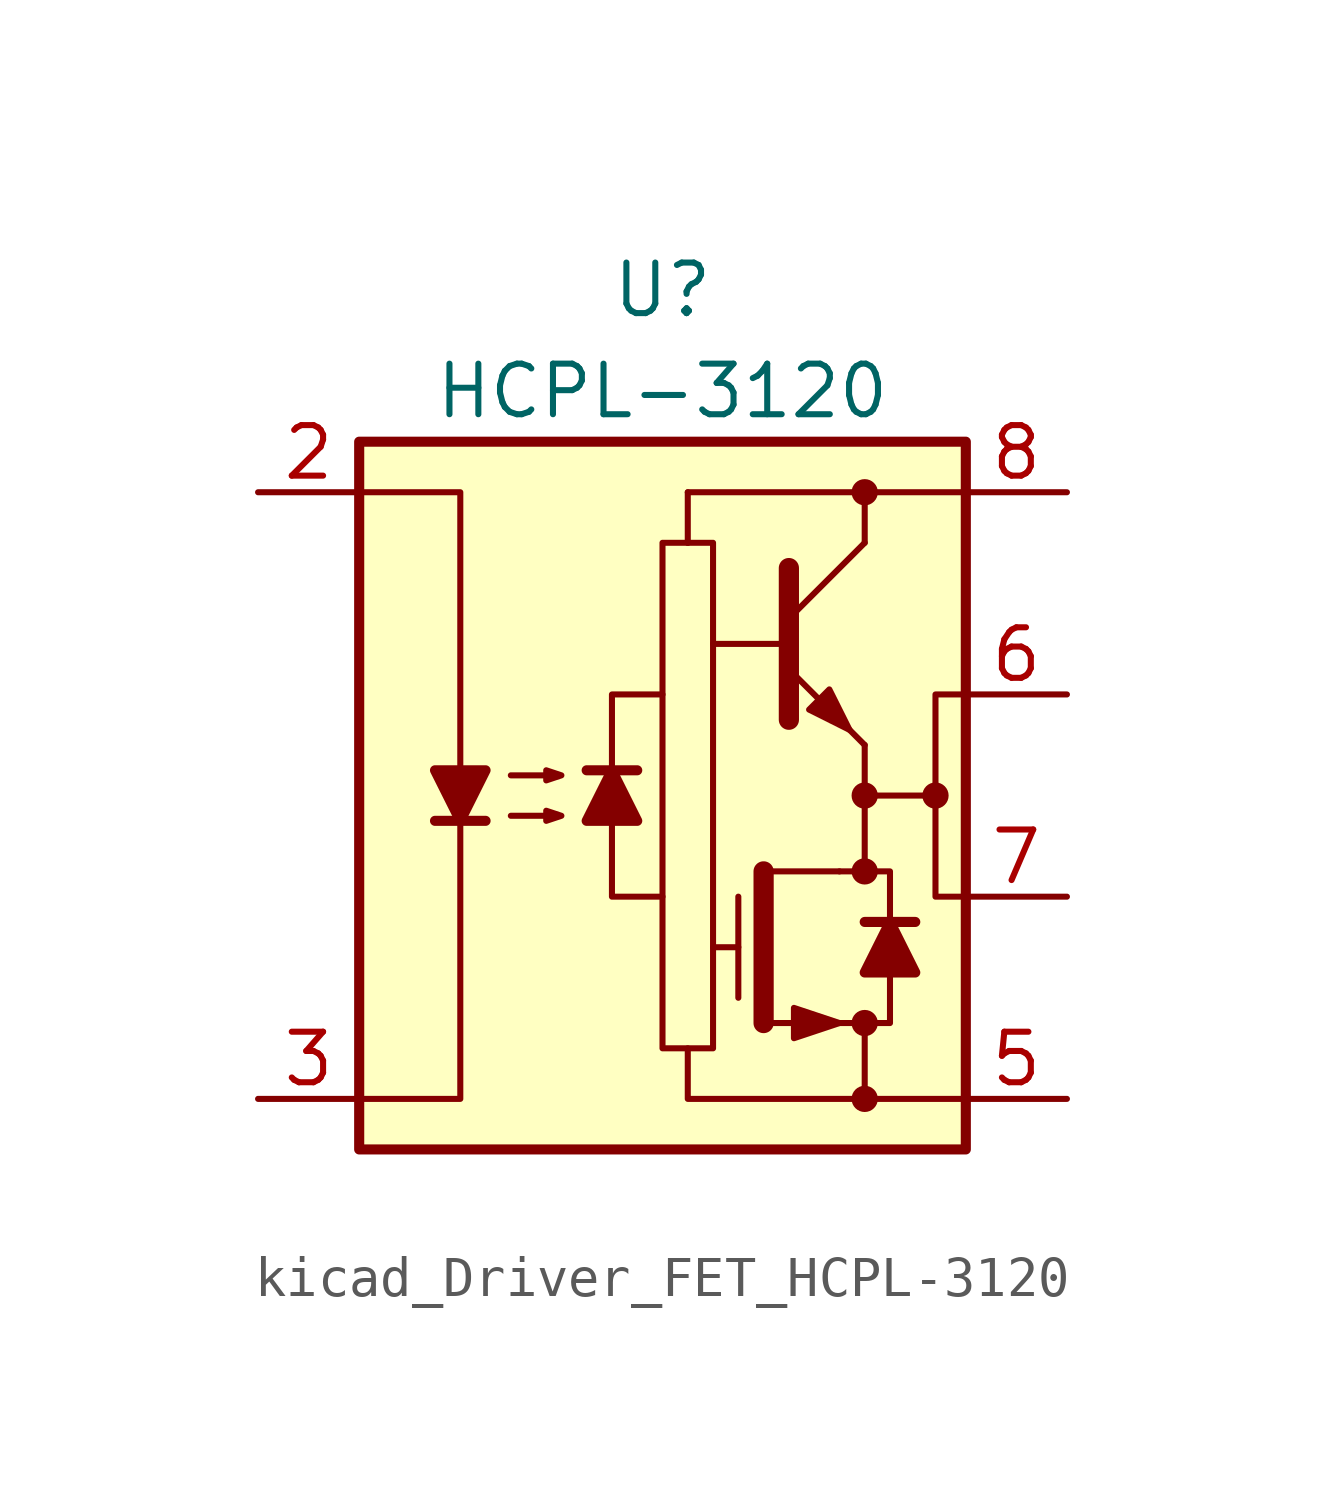
<source format=kicad_sym>
(kicad_symbol_lib
  (version 20220914)
  (generator kicad_symbol_editor)
  (symbol "kicad_Driver_FET_HCPL-3120"
    (pin_names hide)
    (property "Reference" "U"
      (at 0 12.7 0)
      (effects (font (size 1.27 1.27))))
    (property "Value" "HCPL-3120"
      (at 0 10.16 0)
      (effects (font (size 1.27 1.27))))
    (symbol "kicad_Driver_FET_HCPL-3120_0_1"
      (rectangle (start -7.62 8.89) (end 7.62 -8.89) (stroke (width 0.254) (type default)) (fill (type background)))
      (polyline (pts (xy -5.715 -0.635) (xy -4.445 -0.635)) (stroke (width 0.254) (type default)) (fill (type none)))
      (polyline (pts (xy -0.635 0.635) (xy -1.905 0.635)) (stroke (width 0.254) (type default)) (fill (type none)))
      (polyline (pts (xy 1.27 -3.81) (xy 1.905 -3.81)) (stroke (width 0) (type default)) (fill (type none)))
      (polyline (pts (xy 1.905 -5.08) (xy 1.905 -2.54)) (stroke (width 0) (type default)) (fill (type none)))
      (polyline (pts (xy 2.54 -5.715) (xy 2.54 -1.905)) (stroke (width 0.508) (type default)) (fill (type none)))
      (polyline (pts (xy 3.048 3.81) (xy 1.27 3.81)) (stroke (width 0) (type default)) (fill (type none)))
      (polyline (pts (xy 3.175 4.445) (xy 5.08 6.35)) (stroke (width 0) (type default)) (fill (type none)))
      (polyline (pts (xy 4.445 -1.905) (xy 2.54 -1.905)) (stroke (width 0) (type default)) (fill (type none)))
      (polyline (pts (xy 5.08 -5.715) (xy 5.08 -7.62)) (stroke (width 0) (type default)) (fill (type none)))
      (polyline (pts (xy 5.08 0) (xy 6.858 0)) (stroke (width 0) (type default)) (fill (type none)))
      (polyline (pts (xy 5.08 1.27) (xy 3.175 3.175)) (stroke (width 0) (type default)) (fill (type outline)))
      (polyline (pts (xy 5.08 1.27) (xy 5.08 -1.905)) (stroke (width 0) (type default)) (fill (type none)))
      (polyline (pts (xy 5.08 6.35) (xy 5.08 7.62)) (stroke (width 0) (type default)) (fill (type none)))
      (polyline (pts (xy 6.35 -3.175) (xy 5.08 -3.175)) (stroke (width 0.254) (type default)) (fill (type none)))
      (polyline (pts (xy 7.62 7.62) (xy 0.635 7.62)) (stroke (width 0) (type default)) (fill (type none)))
      (polyline (pts (xy -1.27 -0.635) (xy -1.27 -2.54) (xy 0 -2.54)) (stroke (width 0) (type default)) (fill (type none)))
      (polyline (pts (xy -1.27 0.635) (xy -1.27 2.54) (xy 0 2.54)) (stroke (width 0) (type default)) (fill (type none)))
      (polyline (pts (xy 0.635 -6.35) (xy 0.635 -7.62) (xy 7.62 -7.62)) (stroke (width 0) (type default)) (fill (type none)))
      (polyline (pts (xy 3.175 5.715) (xy 3.175 1.905) (xy 3.175 1.905)) (stroke (width 0.508) (type default)) (fill (type none)))
      (polyline (pts (xy 4.445 -1.905) (xy 5.715 -1.905) (xy 5.715 -3.175)) (stroke (width 0) (type default)) (fill (type none)))
      (polyline (pts (xy 5.715 -4.445) (xy 5.715 -5.715) (xy 2.54 -5.715)) (stroke (width 0) (type default)) (fill (type none)))
      (polyline (pts (xy -7.62 7.62) (xy -5.08 7.62) (xy -5.08 -7.62) (xy -7.62 -7.62)) (stroke (width 0) (type default)) (fill (type none)))
      (polyline (pts (xy -5.08 -0.635) (xy -5.715 0.635) (xy -4.445 0.635) (xy -5.08 -0.635)) (stroke (width 0.254) (type default)) (fill (type outline)))
      (polyline (pts (xy -1.27 0.635) (xy -0.635 -0.635) (xy -1.905 -0.635) (xy -1.27 0.635)) (stroke (width 0.254) (type default)) (fill (type outline)))
      (polyline (pts (xy 4.445 -5.715) (xy 3.302 -5.334) (xy 3.302 -6.096) (xy 4.445 -5.715)) (stroke (width 0) (type default)) (fill (type outline)))
      (polyline (pts (xy 5.715 -3.175) (xy 6.35 -4.445) (xy 5.08 -4.445) (xy 5.715 -3.175)) (stroke (width 0.254) (type default)) (fill (type outline)))
      (polyline (pts (xy 7.62 2.54) (xy 6.858 2.54) (xy 6.858 -2.54) (xy 7.62 -2.54)) (stroke (width 0) (type default)) (fill (type none)))
      (polyline (pts (xy -3.81 -0.508) (xy -2.54 -0.508) (xy -2.921 -0.635) (xy -2.921 -0.381) (xy -2.54 -0.508)) (stroke (width 0) (type default)) (fill (type none)))
      (polyline (pts (xy -3.81 0.508) (xy -2.54 0.508) (xy -2.921 0.381) (xy -2.921 0.635) (xy -2.54 0.508)) (stroke (width 0) (type default)) (fill (type none)))
      (polyline (pts (xy 1.27 6.35) (xy 1.27 -6.35) (xy 0 -6.35) (xy 0 6.35) (xy 1.27 6.35)) (stroke (width 0) (type default)) (fill (type none)))
      (polyline (pts (xy 3.683 2.159) (xy 4.191 2.667) (xy 4.699 1.651) (xy 3.683 2.159) (xy 3.683 2.159)) (stroke (width 0) (type default)) (fill (type outline)))
      (rectangle (start 0.635 6.35) (end 0.635 6.35) (stroke (width 0) (type default)) (fill (type none)))
      (rectangle (start 0.635 6.35) (end 0.635 7.62) (stroke (width 0) (type default)) (fill (type none)))
      (circle (center 5.08 -7.62) (radius 0.254) (stroke (width 0) (type default)) (fill (type outline)))
      (circle (center 5.08 -5.715) (radius 0.254) (stroke (width 0) (type default)) (fill (type outline)))
      (circle (center 5.08 -1.905) (radius 0.254) (stroke (width 0) (type default)) (fill (type outline)))
      (circle (center 5.08 0) (radius 0.254) (stroke (width 0) (type default)) (fill (type outline)))
      (circle (center 5.08 7.62) (radius 0.254) (stroke (width 0) (type default)) (fill (type outline)))
      (circle (center 6.858 0) (radius 0.254) (stroke (width 0) (type default)) (fill (type outline))))
    (symbol "kicad_Driver_FET_HCPL-3120_1_1"
      (pin no_connect line (at -7.62 2.54 0) (length 2.54) hide (name "NC" (effects (font (size 1.27 1.27)))) (number "1" (effects (font (size 1.27 1.27)))))
      (pin passive line (at -10.16 7.62 0) (length 2.54) (name "A" (effects (font (size 1.27 1.27)))) (number "2" (effects (font (size 1.27 1.27)))))
      (pin passive line (at -10.16 -7.62 0) (length 2.54) (name "C" (effects (font (size 1.27 1.27)))) (number "3" (effects (font (size 1.27 1.27)))))
      (pin no_connect line (at -7.62 -2.54 0) (length 2.54) hide (name "NC" (effects (font (size 1.27 1.27)))) (number "4" (effects (font (size 1.27 1.27)))))
      (pin power_out line (at 10.16 -7.62 180) (length 2.54) (name "VEE" (effects (font (size 1.27 1.27)))) (number "5" (effects (font (size 1.27 1.27)))))
      (pin output line (at 10.16 2.54 180) (length 2.54) (name "VO" (effects (font (size 1.27 1.27)))) (number "6" (effects (font (size 1.27 1.27)))))
      (pin output line (at 10.16 -2.54 180) (length 2.54) (name "VO" (effects (font (size 1.27 1.27)))) (number "7" (effects (font (size 1.27 1.27)))))
      (pin power_in line (at 10.16 7.62 180) (length 2.54) (name "VCC" (effects (font (size 1.27 1.27)))) (number "8" (effects (font (size 1.27 1.27))))))))
</source>
